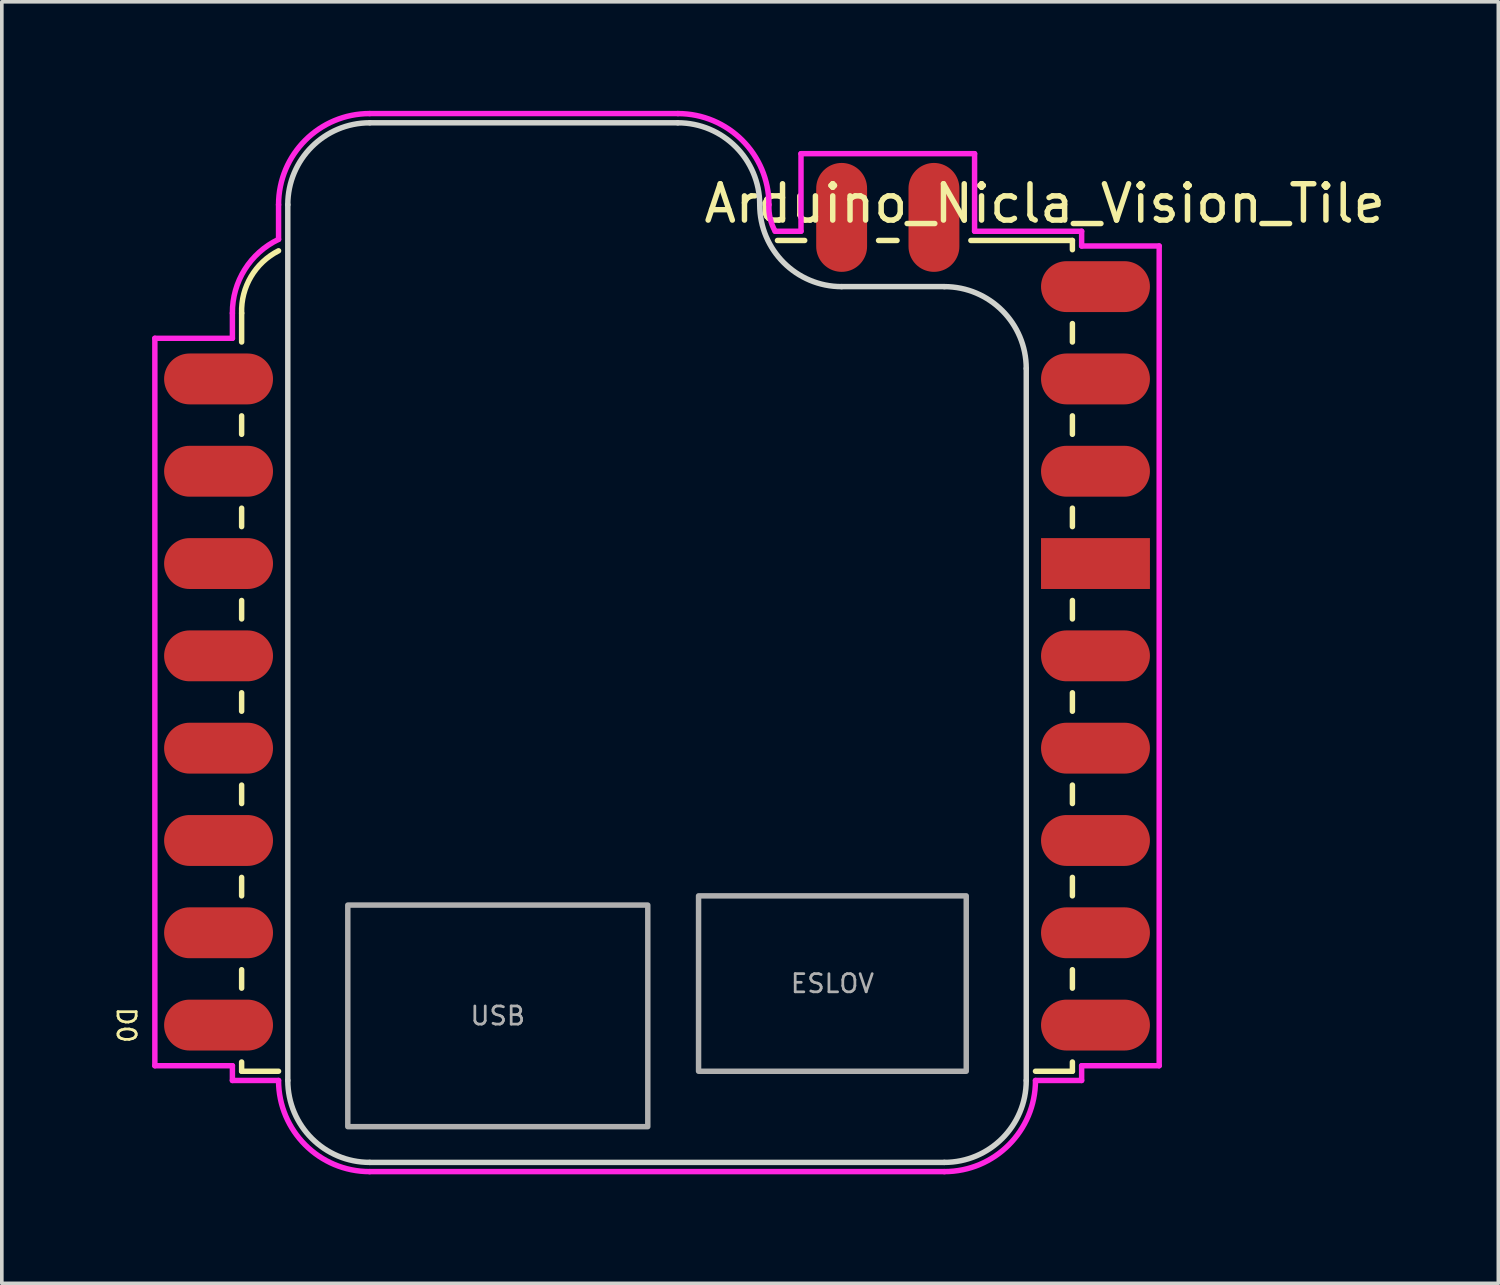
<source format=kicad_pcb>
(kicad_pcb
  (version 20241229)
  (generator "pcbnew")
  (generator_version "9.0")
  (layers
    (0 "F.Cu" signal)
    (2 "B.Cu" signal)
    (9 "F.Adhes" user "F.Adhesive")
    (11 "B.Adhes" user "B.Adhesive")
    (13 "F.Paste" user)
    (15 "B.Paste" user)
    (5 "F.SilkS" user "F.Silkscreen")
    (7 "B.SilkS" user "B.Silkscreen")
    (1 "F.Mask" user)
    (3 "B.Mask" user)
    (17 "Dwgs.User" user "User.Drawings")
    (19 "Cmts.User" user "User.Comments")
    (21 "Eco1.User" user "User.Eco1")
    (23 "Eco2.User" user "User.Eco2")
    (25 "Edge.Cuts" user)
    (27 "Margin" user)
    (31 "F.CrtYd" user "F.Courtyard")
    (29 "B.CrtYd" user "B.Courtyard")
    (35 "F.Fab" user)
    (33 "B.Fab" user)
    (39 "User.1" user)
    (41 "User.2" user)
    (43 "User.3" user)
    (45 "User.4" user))
  (footprint "Arduino_Nicla_Vision_Tile"
    (layer "F.Cu")
    (at 3.599 3.567)
    (property "Reference" "Arduino_Nicla_Vision_Tile" (at 22.098 -1.016 0) (unlocked yes) (layer "F.SilkS") (effects (font (size 1 1) (thickness 0.15))))
    (attr smd)
    (fp_line (start 0 2) (end 0 2.794) (stroke (width 0.15) (type solid)) (layer "F.SilkS"))
    (fp_line (start 0 4.826) (end 0 5.334) (stroke (width 0.15) (type solid)) (layer "F.SilkS"))
    (fp_line (start 0 7.366) (end 0 7.874) (stroke (width 0.15) (type solid)) (layer "F.SilkS"))
    (fp_line (start 0 9.906) (end 0 10.414) (stroke (width 0.15) (type solid)) (layer "F.SilkS"))
    (fp_line (start 0 12.446) (end 0 12.954) (stroke (width 0.15) (type solid)) (layer "F.SilkS"))
    (fp_line (start 0 14.986) (end 0 15.494) (stroke (width 0.15) (type solid)) (layer "F.SilkS"))
    (fp_line (start 0 17.526) (end 0 18.034) (stroke (width 0.15) (type solid)) (layer "F.SilkS"))
    (fp_line (start 0 20.066) (end 0 20.574) (stroke (width 0.15) (type solid)) (layer "F.SilkS"))
    (fp_line (start 0 22.606) (end 0 22.86) (stroke (width 0.15) (type solid)) (layer "F.SilkS"))
    (fp_line (start 0 22.86) (end 1.016 22.86) (stroke (width 0.15) (type solid)) (layer "F.SilkS"))
    (fp_line (start 14.744 0) (end 15.494 0) (stroke (width 0.15) (type solid)) (layer "F.SilkS"))
    (fp_line (start 17.526 0) (end 18.034 0) (stroke (width 0.15) (type solid)) (layer "F.SilkS"))
    (fp_line (start 20.066 0) (end 22.86 0) (stroke (width 0.15) (type solid)) (layer "F.SilkS"))
    (fp_line (start 21.844 22.86) (end 22.86 22.86) (stroke (width 0.15) (type solid)) (layer "F.SilkS"))
    (fp_line (start 22.86 0) (end 22.86 0.254) (stroke (width 0.15) (type solid)) (layer "F.SilkS"))
    (fp_line (start 22.86 2.286) (end 22.86 2.794) (stroke (width 0.15) (type solid)) (layer "F.SilkS"))
    (fp_line (start 22.86 4.826) (end 22.86 5.334) (stroke (width 0.15) (type solid)) (layer "F.SilkS"))
    (fp_line (start 22.86 7.366) (end 22.86 7.874) (stroke (width 0.15) (type solid)) (layer "F.SilkS"))
    (fp_line (start 22.86 9.906) (end 22.86 10.414) (stroke (width 0.15) (type solid)) (layer "F.SilkS"))
    (fp_line (start 22.86 12.446) (end 22.86 12.954) (stroke (width 0.15) (type solid)) (layer "F.SilkS"))
    (fp_line (start 22.86 14.986) (end 22.86 15.494) (stroke (width 0.15) (type solid)) (layer "F.SilkS"))
    (fp_line (start 22.86 17.526) (end 22.86 18.034) (stroke (width 0.15) (type solid)) (layer "F.SilkS"))
    (fp_line (start 22.86 20.066) (end 22.86 20.574) (stroke (width 0.15) (type solid)) (layer "F.SilkS"))
    (fp_line (start 22.86 22.606) (end 22.86 22.86) (stroke (width 0.15) (type solid)) (layer "F.SilkS"))
    (fp_arc (start 0 2) (mid 0.257916 0.993931) (end 1.016 0.284) (stroke (width 0.15) (type solid)) (layer "F.SilkS"))
    (fp_line (start 1.27 23.114) (end 1.27 -0.984) (stroke (width 0.15) (type solid)) (layer "Edge.Cuts"))
    (fp_line (start 3.524 25.368) (end 19.336 25.368) (stroke (width 0.15) (type solid)) (layer "Edge.Cuts"))
    (fp_line (start 12.002 -3.238) (end 3.524 -3.238) (stroke (width 0.15) (type solid)) (layer "Edge.Cuts"))
    (fp_line (start 16.51 1.27) (end 19.336 1.27) (stroke (width 0.15) (type solid)) (layer "Edge.Cuts"))
    (fp_line (start 21.59 3.524) (end 21.59 23.114) (stroke (width 0.15) (type solid)) (layer "Edge.Cuts"))
    (fp_arc (start 1.27 -0.984) (mid 1.930181 -2.577819) (end 3.524 -3.238) (stroke (width 0.15) (type solid)) (layer "Edge.Cuts"))
    (fp_arc (start 3.524 25.368) (mid 1.930181 24.707819) (end 1.27 23.114) (stroke (width 0.15) (type solid)) (layer "Edge.Cuts"))
    (fp_arc (start 12.002 -3.238) (mid 13.595819 -2.577819) (end 14.256 -0.984) (stroke (width 0.15) (type solid)) (layer "Edge.Cuts"))
    (fp_arc (start 16.51 1.27) (mid 14.916181 0.609819) (end 14.256 -0.984) (stroke (width 0.15) (type solid)) (layer "Edge.Cuts"))
    (fp_arc (start 19.336 1.27) (mid 20.929819 1.930181) (end 21.59 3.524) (stroke (width 0.15) (type solid)) (layer "Edge.Cuts"))
    (fp_arc (start 21.59 23.114) (mid 20.929819 24.707819) (end 19.336 25.368) (stroke (width 0.15) (type solid)) (layer "Edge.Cuts"))
    (fp_line (start -2.388 2.692) (end -2.388 22.708) (stroke (width 0.15) (type solid)) (layer "F.CrtYd"))
    (fp_line (start -2.388 2.692) (end -0.254 2.692) (stroke (width 0.15) (type solid)) (layer "F.CrtYd"))
    (fp_line (start -2.388 22.708) (end -0.254 22.708) (stroke (width 0.15) (type solid)) (layer "F.CrtYd"))
    (fp_line (start -0.254 2.692) (end -0.254 2) (stroke (width 0.15) (type solid)) (layer "F.CrtYd"))
    (fp_line (start -0.254 22.708) (end -0.254 23.114) (stroke (width 0.15) (type solid)) (layer "F.CrtYd"))
    (fp_line (start -0.254 23.114) (end 1.016 23.114) (stroke (width 0.15) (type solid)) (layer "F.CrtYd"))
    (fp_line (start 1.016 -0.984) (end 1.016 -0.03) (stroke (width 0.15) (type solid)) (layer "F.CrtYd"))
    (fp_line (start 3.524 25.622) (end 19.336 25.622) (stroke (width 0.15) (type solid)) (layer "F.CrtYd"))
    (fp_line (start 12.002 -3.492) (end 3.524 -3.492) (stroke (width 0.15) (type solid)) (layer "F.CrtYd"))
    (fp_line (start 15.392 -2.388) (end 20.168 -2.388) (stroke (width 0.15) (type solid)) (layer "F.CrtYd"))
    (fp_line (start 15.392 -0.254) (end 14.68 -0.254) (stroke (width 0.15) (type solid)) (layer "F.CrtYd"))
    (fp_line (start 15.392 -0.254) (end 15.392 -2.388) (stroke (width 0.15) (type solid)) (layer "F.CrtYd"))
    (fp_line (start 20.168 -2.388) (end 20.168 -0.254) (stroke (width 0.15) (type solid)) (layer "F.CrtYd"))
    (fp_line (start 21.844 23.114) (end 23.114 23.114) (stroke (width 0.15) (type solid)) (layer "F.CrtYd"))
    (fp_line (start 23.114 -0.254) (end 20.168 -0.254) (stroke (width 0.15) (type solid)) (layer "F.CrtYd"))
    (fp_line (start 23.114 -0.254) (end 23.114 0.152) (stroke (width 0.15) (type solid)) (layer "F.CrtYd"))
    (fp_line (start 23.114 22.708) (end 23.114 23.114) (stroke (width 0.15) (type solid)) (layer "F.CrtYd"))
    (fp_line (start 25.248 0.152) (end 23.114 0.152) (stroke (width 0.15) (type solid)) (layer "F.CrtYd"))
    (fp_line (start 25.248 0.152) (end 25.248 22.708) (stroke (width 0.15) (type solid)) (layer "F.CrtYd"))
    (fp_line (start 25.248 22.708) (end 23.114 22.708) (stroke (width 0.15) (type solid)) (layer "F.CrtYd"))
    (fp_arc (start -0.254 2) (mid 0.085154 0.799914) (end 1.016 -0.03) (stroke (width 0.15) (type solid)) (layer "F.CrtYd"))
    (fp_arc (start 1.016 -0.984) (mid 1.750576 -2.757424) (end 3.524 -3.492) (stroke (width 0.15) (type solid)) (layer "F.CrtYd"))
    (fp_arc (start 3.524 25.622) (mid 1.750576 24.887424) (end 1.016 23.114) (stroke (width 0.15) (type solid)) (layer "F.CrtYd"))
    (fp_arc (start 12.002 -3.492) (mid 13.775424 -2.757424) (end 14.51 -0.984) (stroke (width 0.15) (type solid)) (layer "F.CrtYd"))
    (fp_arc (start 14.68 -0.254) (mid 14.543698 -0.607053) (end 14.51 -0.984) (stroke (width 0.15) (type solid)) (layer "F.CrtYd"))
    (fp_arc (start 21.844 23.114) (mid 21.109424 24.887424) (end 19.336 25.622) (stroke (width 0.15) (type solid)) (layer "F.CrtYd"))
    (fp_rect (start 2.921 18.288) (end 11.176 24.385) (stroke (width 0.15) (type solid)) (fill no) (layer "F.Fab"))
    (fp_rect (start 12.573 18.034) (end 19.939 22.86) (stroke (width 0.15) (type solid)) (fill no) (layer "F.Fab"))
    (fp_text user "D0" (at -3.175 21.59 270) (unlocked yes) (layer "F.SilkS") (effects (font (size 0.5 0.5) (thickness 0.075))))
    (fp_text user "USB" (at 7.048 21.336 0) (layer "F.Fab") (effects (font (size 0.5 0.5) (thickness 0.075))))
    (fp_text user "ESLOV" (at 16.256 20.447 0) (layer "F.Fab") (effects (font (size 0.5 0.5) (thickness 0.075))))
    (pad "" smd oval (at 23.495 3.81) (size 2.997 1.4) (layers "F.Cu" "F.Mask" "F.Paste"))
    (pad "A0" smd oval (at -0.635 3.81) (size 2.997 1.4) (layers "F.Cu" "F.Mask" "F.Paste"))
    (pad "A1" smd oval (at -0.635 6.35) (size 2.997 1.4) (layers "F.Cu" "F.Mask" "F.Paste"))
    (pad "A2" smd oval (at -0.635 19.05) (size 2.997 1.4) (layers "F.Cu" "F.Mask" "F.Paste"))
    (pad "D0" smd oval (at -0.635 21.59) (size 2.997 1.4) (layers "F.Cu" "F.Mask" "F.Paste"))
    (pad "D1" smd oval (at 23.495 16.51) (size 2.997 1.4) (layers "F.Cu" "F.Mask" "F.Paste"))
    (pad "D2" smd oval (at 23.495 13.97) (size 2.997 1.4) (layers "F.Cu" "F.Mask" "F.Paste"))
    (pad "D3" smd oval (at 23.495 11.43) (size 2.997 1.4) (layers "F.Cu" "F.Mask" "F.Paste"))
    (pad "D7" smd oval (at -0.635 16.51) (size 2.997 1.4) (layers "F.Cu" "F.Mask" "F.Paste"))
    (pad "D8" smd oval (at -0.635 13.97) (size 2.997 1.4) (layers "F.Cu" "F.Mask" "F.Paste"))
    (pad "D9" smd oval (at -0.635 8.89) (size 2.997 1.4) (layers "F.Cu" "F.Mask" "F.Paste"))
    (pad "D10" smd oval (at -0.635 11.43) (size 2.997 1.4) (layers "F.Cu" "F.Mask" "F.Paste"))
    (pad "D11" smd oval (at 23.495 21.59) (size 2.997 1.4) (layers "F.Cu" "F.Mask" "F.Paste"))
    (pad "D12" smd oval (at 23.495 19.05) (size 2.997 1.4) (layers "F.Cu" "F.Mask" "F.Paste"))
    (pad "GND" smd rect (at 23.495 8.89) (size 2.997 1.4) (layers "F.Cu" "F.Mask" "F.Paste"))
    (pad "NTC" smd oval (at 19.05 -0.635 90) (size 2.997 1.4) (layers "F.Cu" "F.Mask" "F.Paste"))
    (pad "VBAT" smd oval (at 16.51 -0.635 90) (size 2.997 1.4) (layers "F.Cu" "F.Mask" "F.Paste"))
    (pad "VDIO" smd oval (at 23.495 6.35) (size 2.997 1.4) (layers "F.Cu" "F.Mask" "F.Paste"))
    (pad "VIN" smd oval (at 23.495 1.27) (size 2.997 1.4) (layers "F.Cu" "F.Mask" "F.Paste")))
  (gr_rect
    (start -3 -3)
    (end 38.179 32.264)
    (stroke (width 0.1) (type default))
    (fill no)
    (layer "Edge.Cuts")))
</source>
